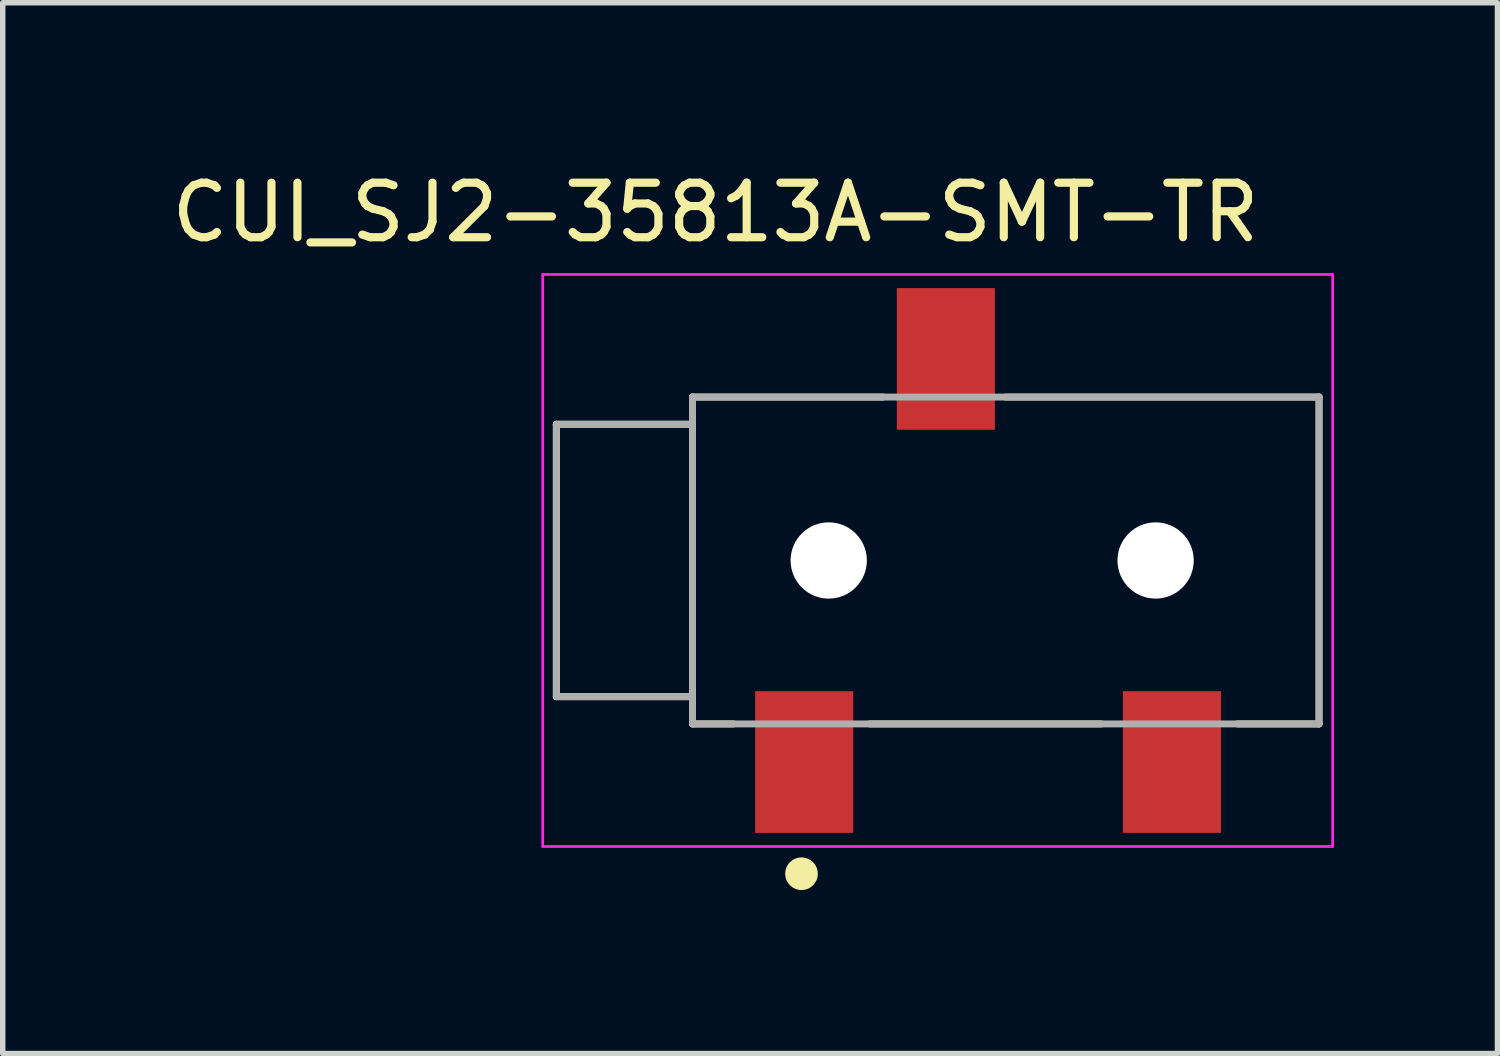
<source format=kicad_pcb>
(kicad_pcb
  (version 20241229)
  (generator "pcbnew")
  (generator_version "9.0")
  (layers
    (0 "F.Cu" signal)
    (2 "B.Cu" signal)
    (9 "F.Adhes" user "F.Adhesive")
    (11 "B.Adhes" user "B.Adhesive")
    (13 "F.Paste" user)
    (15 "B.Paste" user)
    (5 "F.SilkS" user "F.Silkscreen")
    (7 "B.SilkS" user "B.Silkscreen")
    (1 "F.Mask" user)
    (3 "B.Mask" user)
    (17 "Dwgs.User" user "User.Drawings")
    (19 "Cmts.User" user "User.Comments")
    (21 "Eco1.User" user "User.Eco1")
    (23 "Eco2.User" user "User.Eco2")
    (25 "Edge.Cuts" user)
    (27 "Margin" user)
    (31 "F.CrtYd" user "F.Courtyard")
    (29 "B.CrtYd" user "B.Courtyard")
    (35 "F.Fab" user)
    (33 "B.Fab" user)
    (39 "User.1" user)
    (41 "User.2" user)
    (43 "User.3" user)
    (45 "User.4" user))
  (footprint "CUI_SJ2-35813A-SMT-TR"
    (layer "F.Cu")
    (at 15.412 7.238)
    (property "Reference" "CUI_SJ2-35813A-SMT-TR" (at -5.328 -6.389 0) (layer "F.SilkS") (effects (font (size 1.001 1.001) (thickness 0.15))))
    (attr through_hole)
    (fp_line (start -8.25 -2.5) (end -8.25 2.5) (stroke (width 0.127) (type solid)) (layer "F.SilkS"))
    (fp_line (start -8.25 2.5) (end -5.75 2.5) (stroke (width 0.127) (type solid)) (layer "F.SilkS"))
    (fp_line (start -5.75 -3) (end -2.25 -3) (stroke (width 0.127) (type solid)) (layer "F.SilkS"))
    (fp_line (start -5.75 -2.5) (end -8.25 -2.5) (stroke (width 0.127) (type solid)) (layer "F.SilkS"))
    (fp_line (start -5.75 2.5) (end -5.75 -3) (stroke (width 0.127) (type solid)) (layer "F.SilkS"))
    (fp_line (start -5.75 3) (end -5.75 2.5) (stroke (width 0.127) (type solid)) (layer "F.SilkS"))
    (fp_line (start -5 3) (end -5.75 3) (stroke (width 0.127) (type solid)) (layer "F.SilkS"))
    (fp_line (start 0 -3) (end 5.75 -3) (stroke (width 0.127) (type solid)) (layer "F.SilkS"))
    (fp_line (start 1.75 3) (end -2.5 3) (stroke (width 0.127) (type solid)) (layer "F.SilkS"))
    (fp_line (start 5.75 -3) (end 5.75 3) (stroke (width 0.127) (type solid)) (layer "F.SilkS"))
    (fp_line (start 5.75 3) (end 4.25 3) (stroke (width 0.127) (type solid)) (layer "F.SilkS"))
    (fp_circle (center -3.75 5.75) (end -3.6 5.75) (stroke (width 0.3) (type solid)) (fill no) (layer "F.SilkS"))
    (fp_line (start -8.5 -5.25) (end 6 -5.25) (stroke (width 0.05) (type solid)) (layer "F.CrtYd"))
    (fp_line (start -8.5 5.25) (end -8.5 -5.25) (stroke (width 0.05) (type solid)) (layer "F.CrtYd"))
    (fp_line (start 6 -5.25) (end 6 5.25) (stroke (width 0.05) (type solid)) (layer "F.CrtYd"))
    (fp_line (start 6 5.25) (end -8.5 5.25) (stroke (width 0.05) (type solid)) (layer "F.CrtYd"))
    (fp_line (start -8.25 -2.5) (end -8.25 2.5) (stroke (width 0.127) (type solid)) (layer "F.Fab"))
    (fp_line (start -8.25 2.5) (end -5.75 2.5) (stroke (width 0.127) (type solid)) (layer "F.Fab"))
    (fp_line (start -5.75 -3) (end 5.75 -3) (stroke (width 0.127) (type solid)) (layer "F.Fab"))
    (fp_line (start -5.75 -2.5) (end -8.25 -2.5) (stroke (width 0.127) (type solid)) (layer "F.Fab"))
    (fp_line (start -5.75 -2.5) (end -5.75 -3) (stroke (width 0.127) (type solid)) (layer "F.Fab"))
    (fp_line (start -5.75 2.5) (end -5.75 -2.5) (stroke (width 0.127) (type solid)) (layer "F.Fab"))
    (fp_line (start -5.75 3) (end -5.75 2.5) (stroke (width 0.127) (type solid)) (layer "F.Fab"))
    (fp_line (start 5.75 -3) (end 5.75 3) (stroke (width 0.127) (type solid)) (layer "F.Fab"))
    (fp_line (start 5.75 3) (end -5.75 3) (stroke (width 0.127) (type solid)) (layer "F.Fab"))
    (pad "" np_thru_hole circle (at -3.25 0) (size 1.4 1.4) (drill 1.4) (layers "*.Cu" "*.Mask"))
    (pad "" np_thru_hole circle (at 2.75 0) (size 1.4 1.4) (drill 1.4) (layers "*.Cu" "*.Mask"))
    (pad "1" smd rect (at -3.7 3.7) (size 1.8 2.6) (layers "F.Cu" "F.Mask" "F.Paste"))
    (pad "2" smd rect (at 3.05 3.7) (size 1.8 2.6) (layers "F.Cu" "F.Mask" "F.Paste"))
    (pad "3" smd rect (at -1.1 -3.7) (size 1.8 2.6) (layers "F.Cu" "F.Mask" "F.Paste")))
  (gr_rect
    (start -3 -3)
    (end 24.437 16.288)
    (stroke (width 0.1) (type default))
    (fill no)
    (layer "Edge.Cuts")))
</source>
